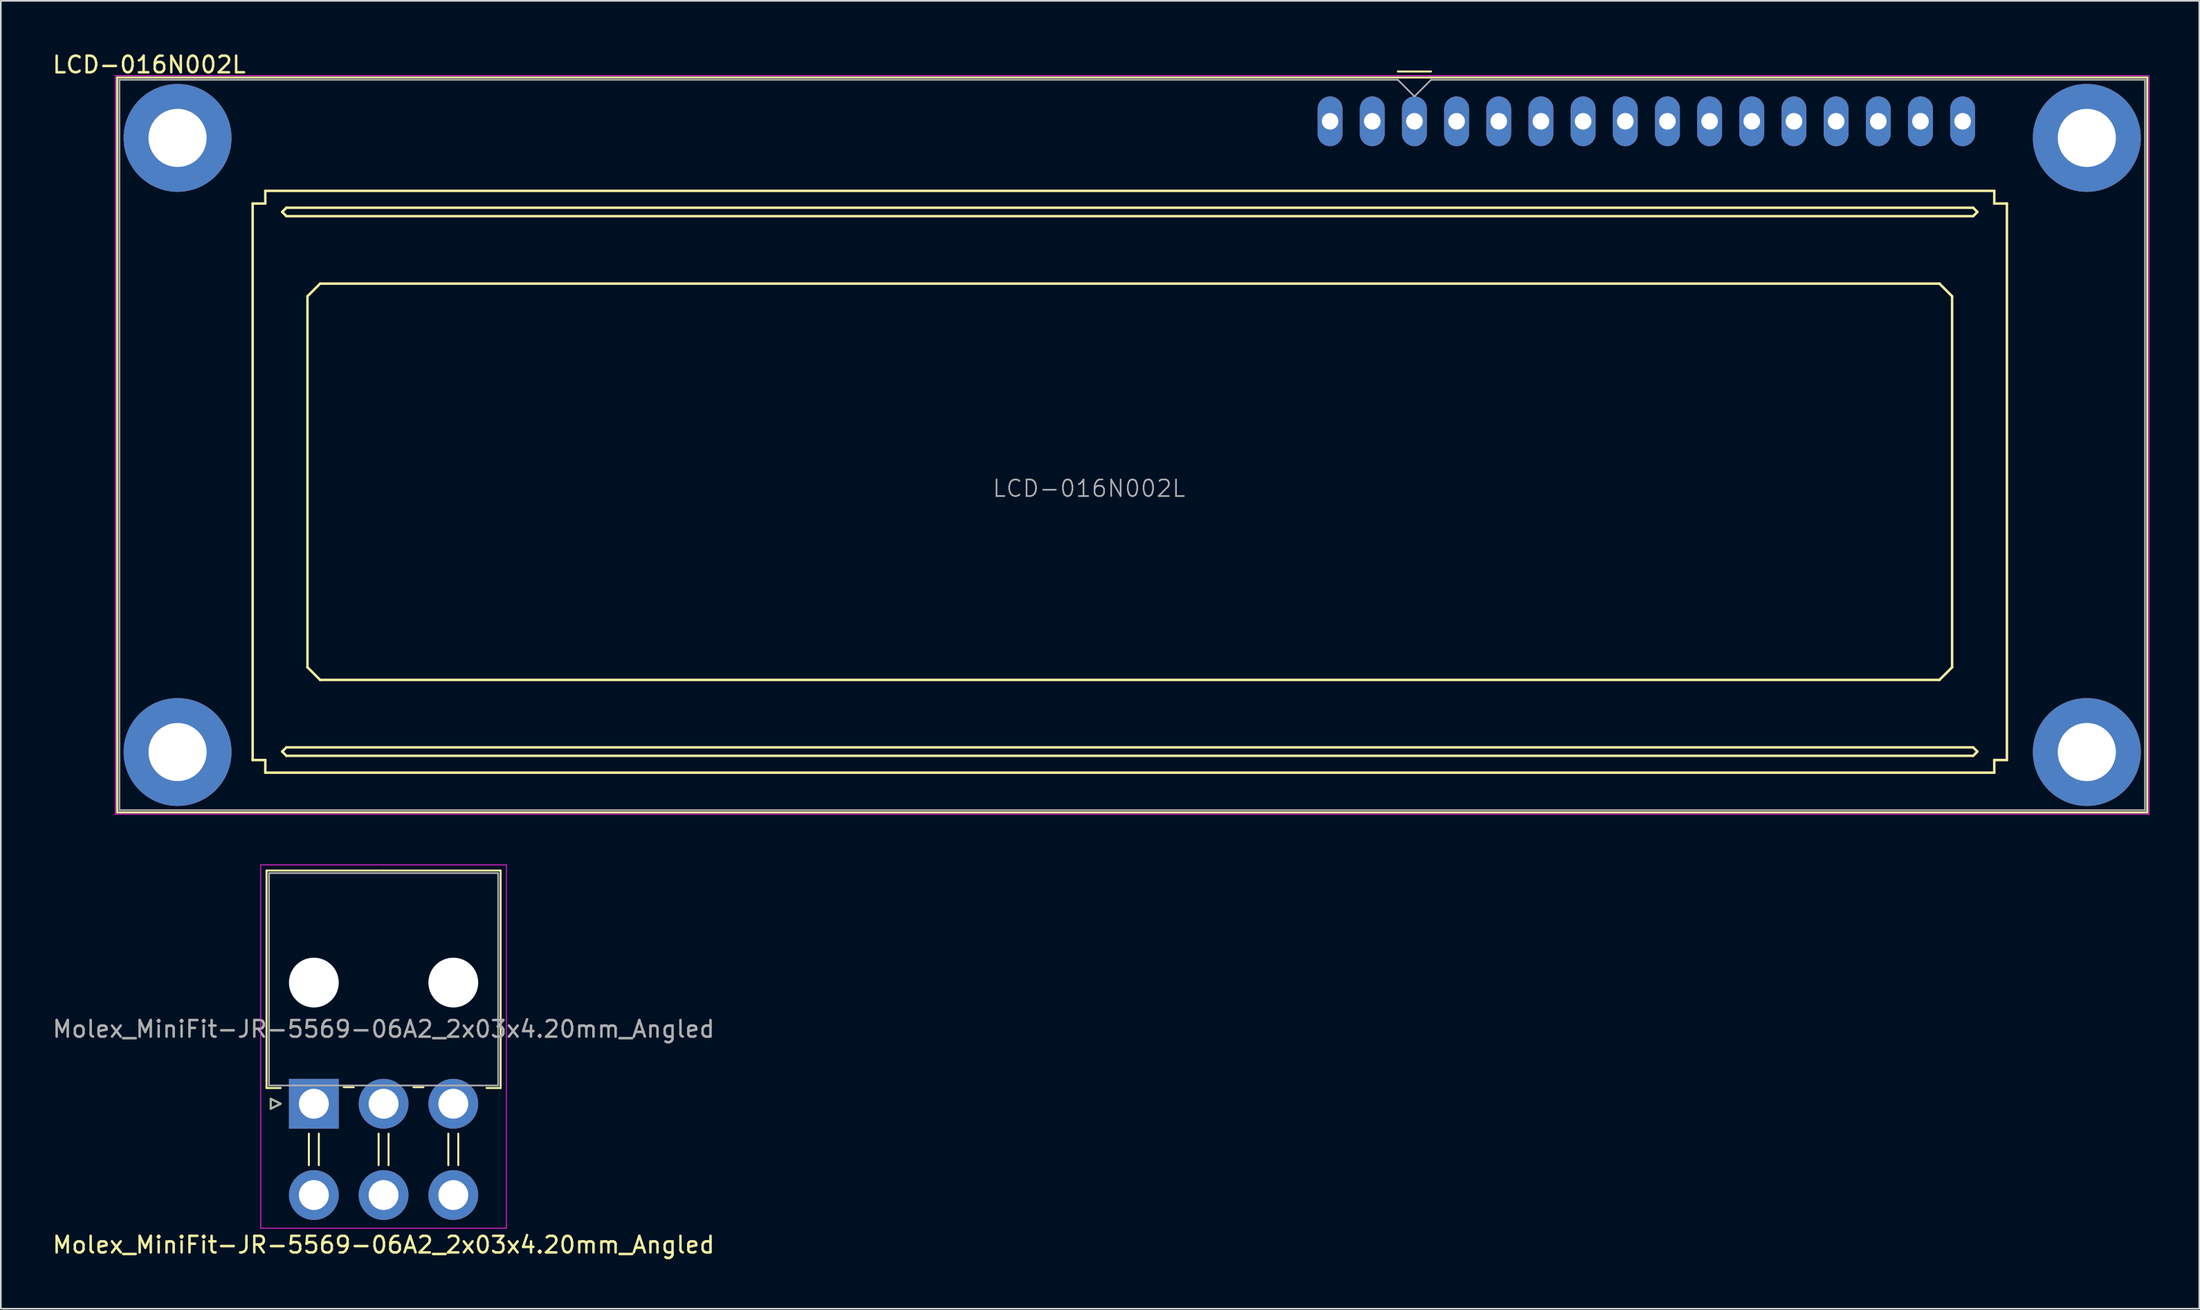
<source format=kicad_pcb>
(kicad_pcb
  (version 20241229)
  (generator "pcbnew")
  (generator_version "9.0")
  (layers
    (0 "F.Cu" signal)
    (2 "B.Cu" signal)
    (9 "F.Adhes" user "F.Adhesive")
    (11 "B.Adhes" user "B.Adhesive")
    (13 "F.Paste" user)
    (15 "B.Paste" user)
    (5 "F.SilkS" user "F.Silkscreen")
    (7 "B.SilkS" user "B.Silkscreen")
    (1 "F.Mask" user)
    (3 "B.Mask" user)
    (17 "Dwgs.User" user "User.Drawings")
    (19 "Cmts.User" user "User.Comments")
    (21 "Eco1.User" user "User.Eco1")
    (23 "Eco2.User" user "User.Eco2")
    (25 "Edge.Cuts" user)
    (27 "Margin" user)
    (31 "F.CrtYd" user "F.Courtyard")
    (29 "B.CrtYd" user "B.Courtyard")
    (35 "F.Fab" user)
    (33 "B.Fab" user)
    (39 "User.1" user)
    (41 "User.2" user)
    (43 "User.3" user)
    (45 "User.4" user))
  (footprint "Molex_MiniFit-JR-5569-06A2_2x03x4.20mm_Angled"
    (layer "F.Cu")
    (at 15.854 63.448)
    (property "Reference" "Molex_MiniFit-JR-5569-06A2_2x03x4.20mm_Angled" (at 4.2 8.5 0) (layer "F.SilkS") (effects (font (size 1 1) (thickness 0.15))))
    (attr through_hole)
    (fp_line (start -2.85 -14.05) (end 4.2 -14.05) (stroke (width 0.12) (type solid)) (layer "F.SilkS"))
    (fp_line (start -2.85 -0.95) (end -2.85 -14.05) (stroke (width 0.12) (type solid)) (layer "F.SilkS"))
    (fp_line (start -2.6 -0.3) (end -2 0) (stroke (width 0.12) (type solid)) (layer "F.SilkS"))
    (fp_line (start -2.6 0.3) (end -2.6 -0.3) (stroke (width 0.12) (type solid)) (layer "F.SilkS"))
    (fp_line (start -2 -0.95) (end -2.85 -0.95) (stroke (width 0.12) (type solid)) (layer "F.SilkS"))
    (fp_line (start -2 0) (end -2.6 0.3) (stroke (width 0.12) (type solid)) (layer "F.SilkS"))
    (fp_line (start -0.3 1.8) (end -0.3 3.7) (stroke (width 0.12) (type solid)) (layer "F.SilkS"))
    (fp_line (start 0.3 1.8) (end 0.3 3.7) (stroke (width 0.12) (type solid)) (layer "F.SilkS"))
    (fp_line (start 1.8 -1) (end 2.4 -1) (stroke (width 0.12) (type solid)) (layer "F.SilkS"))
    (fp_line (start 3.9 1.8) (end 3.9 3.7) (stroke (width 0.12) (type solid)) (layer "F.SilkS"))
    (fp_line (start 4.5 1.8) (end 4.5 3.7) (stroke (width 0.12) (type solid)) (layer "F.SilkS"))
    (fp_line (start 6 -1) (end 6.6 -1) (stroke (width 0.12) (type solid)) (layer "F.SilkS"))
    (fp_line (start 8.1 1.8) (end 8.1 3.7) (stroke (width 0.12) (type solid)) (layer "F.SilkS"))
    (fp_line (start 8.7 1.8) (end 8.7 3.7) (stroke (width 0.12) (type solid)) (layer "F.SilkS"))
    (fp_line (start 10.4 -0.95) (end 11.25 -0.95) (stroke (width 0.12) (type solid)) (layer "F.SilkS"))
    (fp_line (start 11.25 -14.05) (end 4.2 -14.05) (stroke (width 0.12) (type solid)) (layer "F.SilkS"))
    (fp_line (start 11.25 -0.95) (end 11.25 -14.05) (stroke (width 0.12) (type solid)) (layer "F.SilkS"))
    (fp_line (start -3.2 -14.39) (end -3.2 7.5) (stroke (width 0.05) (type solid)) (layer "F.CrtYd"))
    (fp_line (start -3.2 7.5) (end 11.6 7.5) (stroke (width 0.05) (type solid)) (layer "F.CrtYd"))
    (fp_line (start 11.6 -14.39) (end -3.2 -14.39) (stroke (width 0.05) (type solid)) (layer "F.CrtYd"))
    (fp_line (start 11.6 7.5) (end 11.6 -14.39) (stroke (width 0.05) (type solid)) (layer "F.CrtYd"))
    (fp_line (start -2.7 -13.9) (end -2.7 -1.1) (stroke (width 0.1) (type solid)) (layer "F.Fab"))
    (fp_line (start -2.7 -1.1) (end 11.1 -1.1) (stroke (width 0.1) (type solid)) (layer "F.Fab"))
    (fp_line (start -2.6 -0.3) (end -2 0) (stroke (width 0.1) (type solid)) (layer "F.Fab"))
    (fp_line (start -2.6 0.3) (end -2.6 -0.3) (stroke (width 0.1) (type solid)) (layer "F.Fab"))
    (fp_line (start -2 0) (end -2.6 0.3) (stroke (width 0.1) (type solid)) (layer "F.Fab"))
    (fp_line (start 11.1 -13.9) (end -2.7 -13.9) (stroke (width 0.1) (type solid)) (layer "F.Fab"))
    (fp_line (start 11.1 -1.1) (end 11.1 -13.9) (stroke (width 0.1) (type solid)) (layer "F.Fab"))
    (fp_text user "${REFERENCE}" (at 4.2 -4.5 0) (layer "F.Fab") (effects (font (size 1 1) (thickness 0.15))))
    (pad "" np_thru_hole circle (at 0 -7.3) (size 3 3) (drill 3) (layers "*.Cu" "*.Mask"))
    (pad "" np_thru_hole circle (at 8.4 -7.3) (size 3 3) (drill 3) (layers "*.Cu" "*.Mask"))
    (pad "1" thru_hole rect (at 0 0) (size 3 3) (drill 1.8) (layers "*.Cu" "*.Mask"))
    (pad "2" thru_hole circle (at 4.2 0) (size 3 3) (drill 1.8) (layers "*.Cu" "*.Mask"))
    (pad "3" thru_hole circle (at 8.4 0) (size 3 3) (drill 1.8) (layers "*.Cu" "*.Mask"))
    (pad "4" thru_hole circle (at 0 5.5) (size 3 3) (drill 1.8) (layers "*.Cu" "*.Mask"))
    (pad "5" thru_hole circle (at 4.2 5.5) (size 3 3) (drill 1.8) (layers "*.Cu" "*.Mask"))
    (pad "6" thru_hole circle (at 8.4 5.5) (size 3 3) (drill 1.8) (layers "*.Cu" "*.Mask")))
  (footprint "LCD-016N002L"
    (layer "F.Cu")
    (at 82.145 4.258)
    (property "Reference" "LCD-016N002L" (at -76.21 -3.41 180) (layer "F.SilkS") (effects (font (size 1 1) (thickness 0.15))))
    (attr through_hole)
    (fp_line (start -78.14 -2.64) (end -78.14 41.64) (stroke (width 0.12) (type solid)) (layer "F.SilkS"))
    (fp_line (start -78.14 41.64) (end 44.14 41.64) (stroke (width 0.12) (type solid)) (layer "F.SilkS"))
    (fp_line (start -69.977 4.953) (end -69.977 38.481) (stroke (width 0.15) (type solid)) (layer "F.SilkS"))
    (fp_line (start -69.215 4.191) (end -69.215 4.953) (stroke (width 0.15) (type solid)) (layer "F.SilkS"))
    (fp_line (start -69.215 4.953) (end -69.977 4.953) (stroke (width 0.15) (type solid)) (layer "F.SilkS"))
    (fp_line (start -69.215 38.481) (end -69.977 38.481) (stroke (width 0.15) (type solid)) (layer "F.SilkS"))
    (fp_line (start -69.215 39.243) (end -69.215 38.481) (stroke (width 0.15) (type solid)) (layer "F.SilkS"))
    (fp_line (start -69.215 39.243) (end 34.925 39.243) (stroke (width 0.15) (type solid)) (layer "F.SilkS"))
    (fp_line (start -68.199 5.461) (end -67.945 5.715) (stroke (width 0.15) (type solid)) (layer "F.SilkS"))
    (fp_line (start -68.199 37.973) (end -67.945 38.227) (stroke (width 0.15) (type solid)) (layer "F.SilkS"))
    (fp_line (start -67.945 5.207) (end -68.199 5.461) (stroke (width 0.15) (type solid)) (layer "F.SilkS"))
    (fp_line (start -67.945 5.715) (end 33.655 5.715) (stroke (width 0.15) (type solid)) (layer "F.SilkS"))
    (fp_line (start -67.945 37.719) (end -68.199 37.973) (stroke (width 0.15) (type solid)) (layer "F.SilkS"))
    (fp_line (start -67.945 38.227) (end 33.655 38.227) (stroke (width 0.15) (type solid)) (layer "F.SilkS"))
    (fp_line (start -66.675 10.541) (end -65.913 9.779) (stroke (width 0.15) (type solid)) (layer "F.SilkS"))
    (fp_line (start -66.675 32.893) (end -66.675 10.541) (stroke (width 0.15) (type solid)) (layer "F.SilkS"))
    (fp_line (start -65.913 9.779) (end 31.623 9.779) (stroke (width 0.15) (type solid)) (layer "F.SilkS"))
    (fp_line (start -65.913 33.655) (end -66.675 32.893) (stroke (width 0.15) (type solid)) (layer "F.SilkS"))
    (fp_line (start -1 -3) (end 1 -3) (stroke (width 0.12) (type solid)) (layer "F.SilkS"))
    (fp_line (start 31.623 9.779) (end 32.385 10.541) (stroke (width 0.15) (type solid)) (layer "F.SilkS"))
    (fp_line (start 31.623 33.655) (end -65.913 33.655) (stroke (width 0.15) (type solid)) (layer "F.SilkS"))
    (fp_line (start 32.385 10.541) (end 32.385 32.893) (stroke (width 0.15) (type solid)) (layer "F.SilkS"))
    (fp_line (start 32.385 32.893) (end 31.623 33.655) (stroke (width 0.15) (type solid)) (layer "F.SilkS"))
    (fp_line (start 33.655 5.207) (end -67.945 5.207) (stroke (width 0.15) (type solid)) (layer "F.SilkS"))
    (fp_line (start 33.655 5.207) (end 33.909 5.461) (stroke (width 0.15) (type solid)) (layer "F.SilkS"))
    (fp_line (start 33.655 37.719) (end -67.945 37.719) (stroke (width 0.15) (type solid)) (layer "F.SilkS"))
    (fp_line (start 33.655 38.227) (end 33.909 37.973) (stroke (width 0.15) (type solid)) (layer "F.SilkS"))
    (fp_line (start 33.909 5.461) (end 33.655 5.715) (stroke (width 0.15) (type solid)) (layer "F.SilkS"))
    (fp_line (start 33.909 37.973) (end 33.655 37.719) (stroke (width 0.15) (type solid)) (layer "F.SilkS"))
    (fp_line (start 34.925 4.191) (end -69.215 4.191) (stroke (width 0.15) (type solid)) (layer "F.SilkS"))
    (fp_line (start 34.925 4.191) (end 34.925 4.953) (stroke (width 0.15) (type solid)) (layer "F.SilkS"))
    (fp_line (start 34.925 4.953) (end 35.687 4.953) (stroke (width 0.15) (type solid)) (layer "F.SilkS"))
    (fp_line (start 34.925 38.481) (end 34.925 39.243) (stroke (width 0.15) (type solid)) (layer "F.SilkS"))
    (fp_line (start 35.687 38.481) (end 34.925 38.481) (stroke (width 0.15) (type solid)) (layer "F.SilkS"))
    (fp_line (start 35.687 38.481) (end 35.687 4.953) (stroke (width 0.15) (type solid)) (layer "F.SilkS"))
    (fp_line (start 44.14 -2.64) (end -78.14 -2.64) (stroke (width 0.12) (type solid)) (layer "F.SilkS"))
    (fp_line (start 44.14 -2.64) (end 44.14 41.64) (stroke (width 0.12) (type solid)) (layer "F.SilkS"))
    (fp_line (start -78.25 -2.75) (end -78.25 41.75) (stroke (width 0.05) (type solid)) (layer "F.CrtYd"))
    (fp_line (start -78.25 -2.75) (end 44.25 -2.75) (stroke (width 0.05) (type solid)) (layer "F.CrtYd"))
    (fp_line (start -78.25 41.75) (end 44.25 41.75) (stroke (width 0.05) (type solid)) (layer "F.CrtYd"))
    (fp_line (start 44.25 -2.75) (end 44.25 41.75) (stroke (width 0.05) (type solid)) (layer "F.CrtYd"))
    (fp_line (start -78 -2.5) (end -1 -2.5) (stroke (width 0.1) (type solid)) (layer "F.Fab"))
    (fp_line (start -78 41.5) (end -78 -2.5) (stroke (width 0.1) (type solid)) (layer "F.Fab"))
    (fp_line (start 0 -1.5) (end -1 -2.5) (stroke (width 0.1) (type solid)) (layer "F.Fab"))
    (fp_line (start 1 -2.5) (end 0 -1.5) (stroke (width 0.1) (type solid)) (layer "F.Fab"))
    (fp_line (start 1 -2.5) (end 44 -2.5) (stroke (width 0.1) (type solid)) (layer "F.Fab"))
    (fp_line (start 44 -2.5) (end 44 41.5) (stroke (width 0.1) (type solid)) (layer "F.Fab"))
    (fp_line (start 44 41.5) (end -78 41.5) (stroke (width 0.1) (type solid)) (layer "F.Fab"))
    (fp_text user "${REFERENCE}" (at -19.6 22.12 0) (layer "F.Fab") (effects (font (size 1 1) (thickness 0.1))))
    (pad "" thru_hole circle (at -74.5 1 180) (size 6.5 6.5) (drill 3.5) (layers "*.Cu" "*.Mask"))
    (pad "" thru_hole circle (at -74.5 38 180) (size 6.5 6.5) (drill 3.5) (layers "*.Cu" "*.Mask"))
    (pad "" thru_hole circle (at 40.5 1 180) (size 6.5 6.5) (drill 3.5) (layers "*.Cu" "*.Mask"))
    (pad "" thru_hole circle (at 40.5 38 180) (size 6.5 6.5) (drill 3.5) (layers "*.Cu" "*.Mask"))
    (pad "1" thru_hole oval (at 0 0 180) (size 1.5 3) (drill 1) (layers "*.Cu" "*.Mask"))
    (pad "2" thru_hole oval (at 2.54 0 180) (size 1.5 3) (drill 1) (layers "*.Cu" "*.Mask"))
    (pad "3" thru_hole oval (at 5.08 0 180) (size 1.5 3) (drill 1) (layers "*.Cu" "*.Mask"))
    (pad "4" thru_hole oval (at 7.62 0 180) (size 1.5 3) (drill 1) (layers "*.Cu" "*.Mask"))
    (pad "5" thru_hole oval (at 10.16 0 180) (size 1.5 3) (drill 1) (layers "*.Cu" "*.Mask"))
    (pad "6" thru_hole oval (at 12.7 0 180) (size 1.5 3) (drill 1) (layers "*.Cu" "*.Mask"))
    (pad "7" thru_hole oval (at 15.24 0 180) (size 1.5 3) (drill 1) (layers "*.Cu" "*.Mask"))
    (pad "8" thru_hole oval (at 17.78 0 180) (size 1.5 3) (drill 1) (layers "*.Cu" "*.Mask"))
    (pad "9" thru_hole oval (at 20.32 0 180) (size 1.5 3) (drill 1) (layers "*.Cu" "*.Mask"))
    (pad "10" thru_hole oval (at 22.86 0 180) (size 1.5 3) (drill 1) (layers "*.Cu" "*.Mask"))
    (pad "11" thru_hole oval (at 25.4 0 180) (size 1.5 3) (drill 1) (layers "*.Cu" "*.Mask"))
    (pad "12" thru_hole oval (at 27.94 0 180) (size 1.5 3) (drill 1) (layers "*.Cu" "*.Mask"))
    (pad "13" thru_hole oval (at 30.48 0 180) (size 1.5 3) (drill 1) (layers "*.Cu" "*.Mask"))
    (pad "14" thru_hole oval (at 33.02 0 180) (size 1.5 3) (drill 1) (layers "*.Cu" "*.Mask"))
    (pad "15" thru_hole oval (at -2.54 0 180) (size 1.5 3) (drill 1) (layers "*.Cu" "*.Mask"))
    (pad "16" thru_hole oval (at -5.08 0 180) (size 1.5 3) (drill 1) (layers "*.Cu" "*.Mask")))
  (gr_rect
    (start -3 -3)
    (end 129.42 75.796)
    (stroke (width 0.1) (type default))
    (fill no)
    (layer "Edge.Cuts")))
</source>
